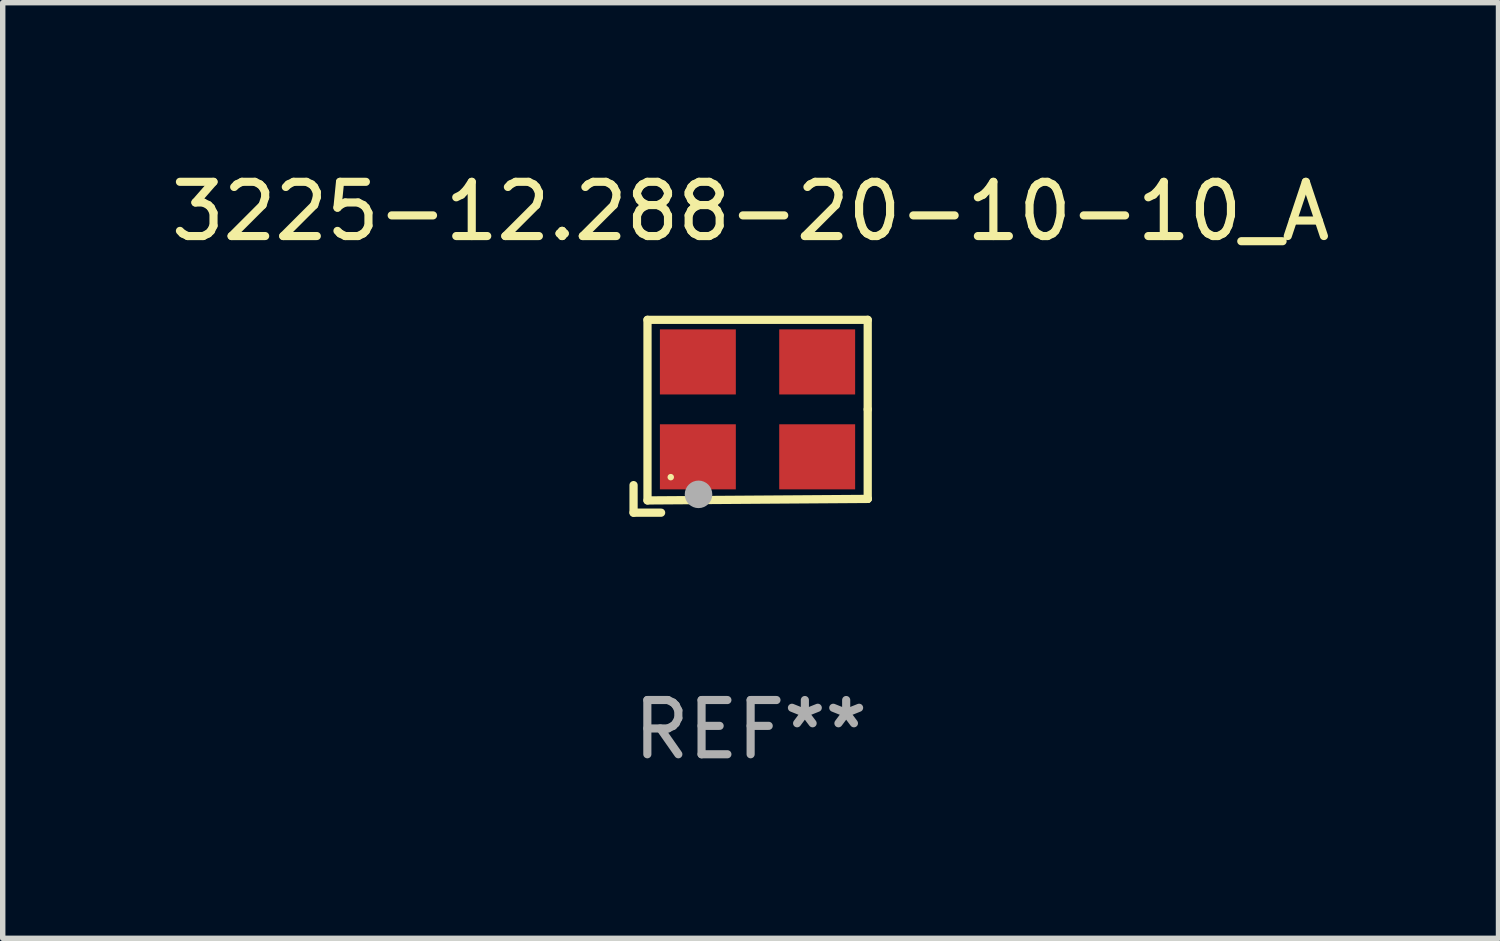
<source format=kicad_pcb>
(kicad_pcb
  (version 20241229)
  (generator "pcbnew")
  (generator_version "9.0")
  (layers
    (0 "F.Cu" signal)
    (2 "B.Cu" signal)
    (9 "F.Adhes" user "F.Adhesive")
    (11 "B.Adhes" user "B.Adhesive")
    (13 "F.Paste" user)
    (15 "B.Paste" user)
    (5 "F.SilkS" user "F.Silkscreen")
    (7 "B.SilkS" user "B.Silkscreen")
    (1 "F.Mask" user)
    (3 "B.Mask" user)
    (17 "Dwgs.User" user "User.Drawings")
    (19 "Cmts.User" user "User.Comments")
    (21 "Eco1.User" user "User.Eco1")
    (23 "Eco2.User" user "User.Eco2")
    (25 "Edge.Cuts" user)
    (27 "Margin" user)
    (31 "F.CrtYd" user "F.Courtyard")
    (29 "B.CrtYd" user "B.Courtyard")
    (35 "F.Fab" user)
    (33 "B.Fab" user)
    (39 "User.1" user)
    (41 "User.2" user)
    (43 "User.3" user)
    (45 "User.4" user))
  (footprint "3225-12.288-20-10-10_A"
    (layer "F.Cu")
    (at 10.792 4.626)
    (property "Reference" "3225-12.288-20-10-10_A" (at 0 -3.778 0) (layer "F.SilkS") (effects (font (size 1 1) (thickness 0.15))))
    (attr through_hole)
    (fp_line (start -2.159 1.27) (end -2.159 1.778) (stroke (width 0.152) (type solid)) (layer "F.SilkS"))
    (fp_line (start -2.159 1.778) (end -1.651 1.778) (stroke (width 0.152) (type solid)) (layer "F.SilkS"))
    (fp_line (start -1.902 -1.778) (end 2.159 -1.778) (stroke (width 0.152) (type solid)) (layer "F.SilkS"))
    (fp_line (start -1.902 1.552) (end -1.902 -1.778) (stroke (width 0.152) (type solid)) (layer "F.SilkS"))
    (fp_line (start 2.159 -1.778) (end 2.159 -0.127) (stroke (width 0.152) (type solid)) (layer "F.SilkS"))
    (fp_line (start 2.159 -0.127) (end 2.159 1.524) (stroke (width 0.152) (type solid)) (layer "F.SilkS"))
    (fp_line (start 2.159 1.524) (end -1.902 1.552) (stroke (width 0.152) (type solid)) (layer "F.SilkS"))
    (fp_line (start 2.159 1.524) (end 2.159 1.524) (stroke (width 0.152) (type solid)) (layer "F.SilkS"))
    (fp_circle (center -1.473 1.123) (end -1.443 1.123) (stroke (width 0.06) (type solid)) (fill no) (layer "F.SilkS"))
    (fp_circle (center -0.961 1.44) (end -0.834 1.44) (stroke (width 0.254) (type solid)) (fill no) (layer "F.Fab"))
    (fp_text user "REF**" (at 0 5.778 0) (layer "F.Fab") (effects (font (size 1 1) (thickness 0.15))))
    (pad "1" smd rect (at -0.973 0.748) (size 1.4 1.2) (layers "F.Cu" "F.Mask" "F.Paste"))
    (pad "2" smd rect (at 1.227 0.748) (size 1.4 1.2) (layers "F.Cu" "F.Mask" "F.Paste"))
    (pad "3" smd rect (at 1.227 -1.002) (size 1.4 1.2) (layers "F.Cu" "F.Mask" "F.Paste"))
    (pad "4" smd rect (at -0.973 -1.002) (size 1.4 1.2) (layers "F.Cu" "F.Mask" "F.Paste")))
  (gr_rect
    (start -3 -3)
    (end 24.583 14.253)
    (stroke (width 0.1) (type default))
    (fill no)
    (layer "Edge.Cuts")))
</source>
